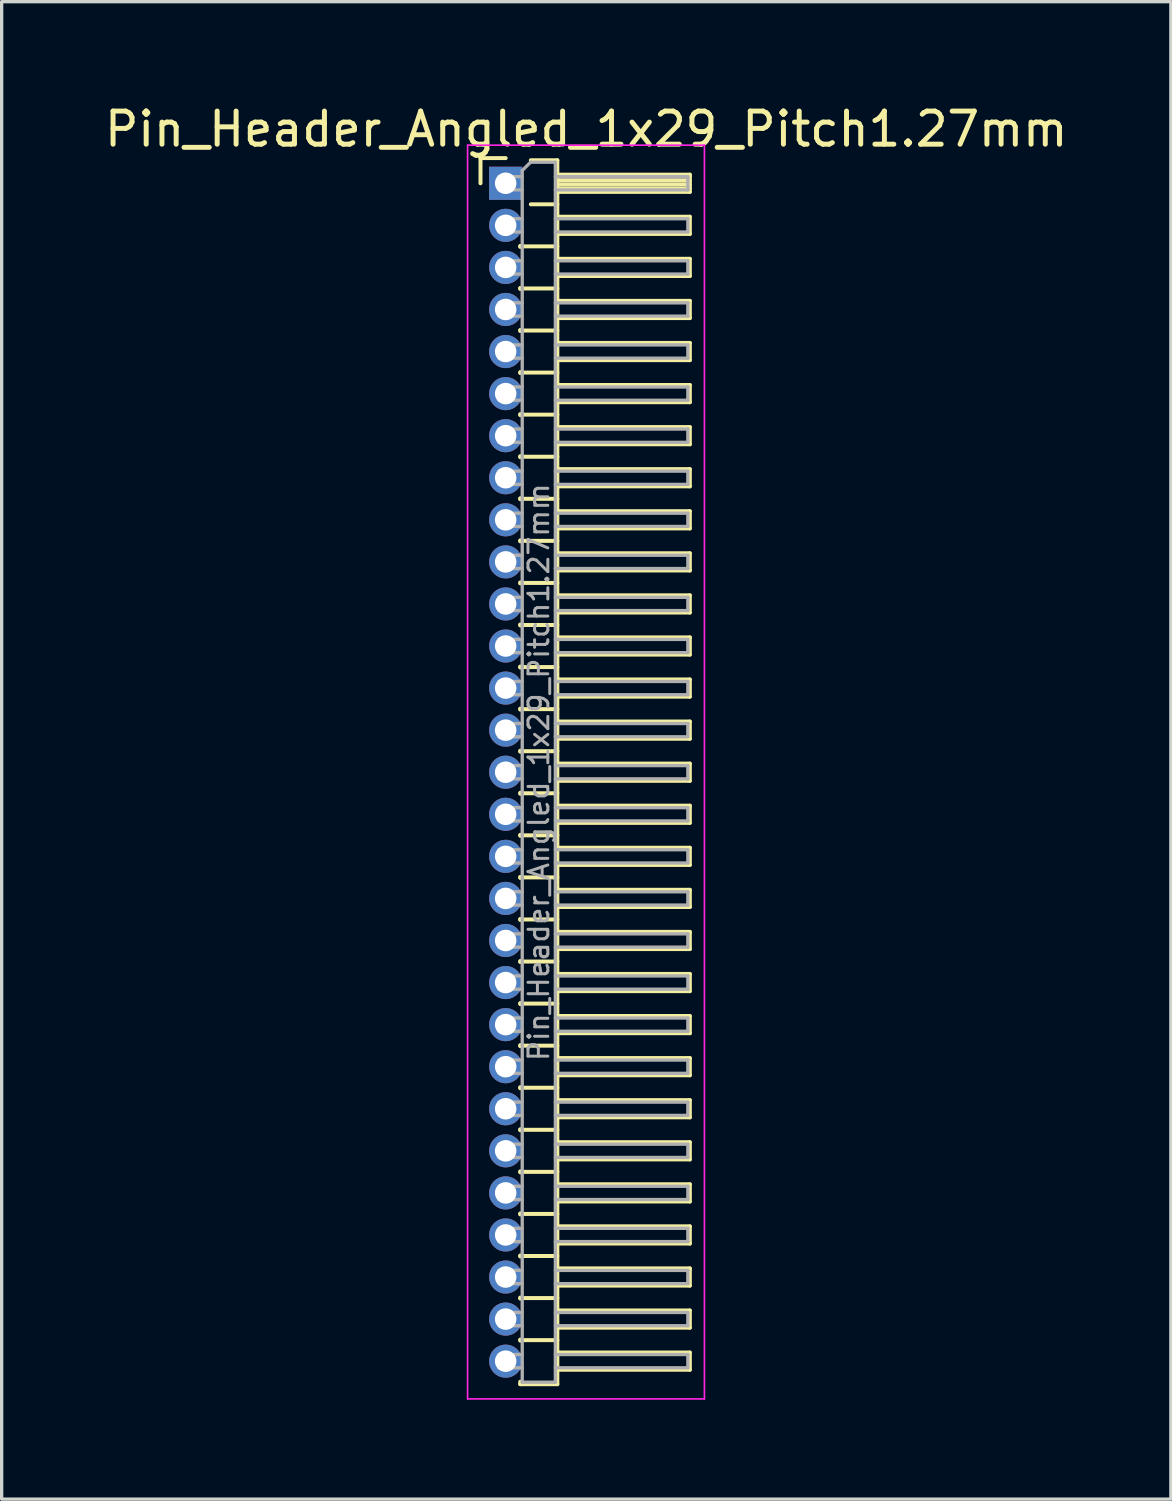
<source format=kicad_pcb>
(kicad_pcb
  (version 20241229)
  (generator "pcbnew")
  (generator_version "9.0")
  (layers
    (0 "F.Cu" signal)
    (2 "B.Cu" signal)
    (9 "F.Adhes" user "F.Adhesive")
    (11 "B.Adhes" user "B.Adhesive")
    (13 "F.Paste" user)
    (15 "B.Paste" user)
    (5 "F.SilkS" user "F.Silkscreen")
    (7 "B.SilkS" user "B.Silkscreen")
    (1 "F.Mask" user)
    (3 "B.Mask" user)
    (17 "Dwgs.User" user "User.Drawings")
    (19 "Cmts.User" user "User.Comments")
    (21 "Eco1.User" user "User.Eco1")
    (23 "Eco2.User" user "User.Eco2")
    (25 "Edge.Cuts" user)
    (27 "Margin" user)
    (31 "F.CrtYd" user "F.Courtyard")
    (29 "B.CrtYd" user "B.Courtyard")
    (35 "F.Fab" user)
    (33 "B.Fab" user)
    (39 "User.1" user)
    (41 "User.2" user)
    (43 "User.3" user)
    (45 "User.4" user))
  (footprint "Pin_Header_Angled_1x29_Pitch1.27mm"
    (layer "F.Cu")
    (at 12.216 2.483)
    (property "Reference" "Pin_Header_Angled_1x29_Pitch1.27mm" (at 2.433 -1.635 0) (layer "F.SilkS") (effects (font (size 1 1) (thickness 0.15))))
    (attr through_hole)
    (fp_line (start -0.76 -0.76) (end 0 -0.76) (stroke (width 0.12) (type solid)) (layer "F.SilkS"))
    (fp_line (start -0.76 0) (end -0.76 -0.76) (stroke (width 0.12) (type solid)) (layer "F.SilkS"))
    (fp_line (start 0.44 1.89) (end 0.44 1.92) (stroke (width 0.12) (type solid)) (layer "F.SilkS"))
    (fp_line (start 0.44 1.905) (end 1.56 1.905) (stroke (width 0.12) (type solid)) (layer "F.SilkS"))
    (fp_line (start 0.44 3.16) (end 0.44 3.19) (stroke (width 0.12) (type solid)) (layer "F.SilkS"))
    (fp_line (start 0.44 3.175) (end 1.56 3.175) (stroke (width 0.12) (type solid)) (layer "F.SilkS"))
    (fp_line (start 0.44 4.43) (end 0.44 4.46) (stroke (width 0.12) (type solid)) (layer "F.SilkS"))
    (fp_line (start 0.44 4.445) (end 1.56 4.445) (stroke (width 0.12) (type solid)) (layer "F.SilkS"))
    (fp_line (start 0.44 5.7) (end 0.44 5.73) (stroke (width 0.12) (type solid)) (layer "F.SilkS"))
    (fp_line (start 0.44 5.715) (end 1.56 5.715) (stroke (width 0.12) (type solid)) (layer "F.SilkS"))
    (fp_line (start 0.44 6.97) (end 0.44 7) (stroke (width 0.12) (type solid)) (layer "F.SilkS"))
    (fp_line (start 0.44 6.985) (end 1.56 6.985) (stroke (width 0.12) (type solid)) (layer "F.SilkS"))
    (fp_line (start 0.44 8.24) (end 0.44 8.27) (stroke (width 0.12) (type solid)) (layer "F.SilkS"))
    (fp_line (start 0.44 8.255) (end 1.56 8.255) (stroke (width 0.12) (type solid)) (layer "F.SilkS"))
    (fp_line (start 0.44 9.51) (end 0.44 9.54) (stroke (width 0.12) (type solid)) (layer "F.SilkS"))
    (fp_line (start 0.44 9.525) (end 1.56 9.525) (stroke (width 0.12) (type solid)) (layer "F.SilkS"))
    (fp_line (start 0.44 10.78) (end 0.44 10.81) (stroke (width 0.12) (type solid)) (layer "F.SilkS"))
    (fp_line (start 0.44 10.795) (end 1.56 10.795) (stroke (width 0.12) (type solid)) (layer "F.SilkS"))
    (fp_line (start 0.44 12.05) (end 0.44 12.08) (stroke (width 0.12) (type solid)) (layer "F.SilkS"))
    (fp_line (start 0.44 12.065) (end 1.56 12.065) (stroke (width 0.12) (type solid)) (layer "F.SilkS"))
    (fp_line (start 0.44 13.32) (end 0.44 13.35) (stroke (width 0.12) (type solid)) (layer "F.SilkS"))
    (fp_line (start 0.44 13.335) (end 1.56 13.335) (stroke (width 0.12) (type solid)) (layer "F.SilkS"))
    (fp_line (start 0.44 14.59) (end 0.44 14.62) (stroke (width 0.12) (type solid)) (layer "F.SilkS"))
    (fp_line (start 0.44 14.605) (end 1.56 14.605) (stroke (width 0.12) (type solid)) (layer "F.SilkS"))
    (fp_line (start 0.44 15.86) (end 0.44 15.89) (stroke (width 0.12) (type solid)) (layer "F.SilkS"))
    (fp_line (start 0.44 15.875) (end 1.56 15.875) (stroke (width 0.12) (type solid)) (layer "F.SilkS"))
    (fp_line (start 0.44 17.13) (end 0.44 17.16) (stroke (width 0.12) (type solid)) (layer "F.SilkS"))
    (fp_line (start 0.44 17.145) (end 1.56 17.145) (stroke (width 0.12) (type solid)) (layer "F.SilkS"))
    (fp_line (start 0.44 18.4) (end 0.44 18.43) (stroke (width 0.12) (type solid)) (layer "F.SilkS"))
    (fp_line (start 0.44 18.415) (end 1.56 18.415) (stroke (width 0.12) (type solid)) (layer "F.SilkS"))
    (fp_line (start 0.44 19.67) (end 0.44 19.7) (stroke (width 0.12) (type solid)) (layer "F.SilkS"))
    (fp_line (start 0.44 19.685) (end 1.56 19.685) (stroke (width 0.12) (type solid)) (layer "F.SilkS"))
    (fp_line (start 0.44 20.94) (end 0.44 20.97) (stroke (width 0.12) (type solid)) (layer "F.SilkS"))
    (fp_line (start 0.44 20.955) (end 1.56 20.955) (stroke (width 0.12) (type solid)) (layer "F.SilkS"))
    (fp_line (start 0.44 22.21) (end 0.44 22.24) (stroke (width 0.12) (type solid)) (layer "F.SilkS"))
    (fp_line (start 0.44 22.225) (end 1.56 22.225) (stroke (width 0.12) (type solid)) (layer "F.SilkS"))
    (fp_line (start 0.44 23.48) (end 0.44 23.51) (stroke (width 0.12) (type solid)) (layer "F.SilkS"))
    (fp_line (start 0.44 23.495) (end 1.56 23.495) (stroke (width 0.12) (type solid)) (layer "F.SilkS"))
    (fp_line (start 0.44 24.75) (end 0.44 24.78) (stroke (width 0.12) (type solid)) (layer "F.SilkS"))
    (fp_line (start 0.44 24.765) (end 1.56 24.765) (stroke (width 0.12) (type solid)) (layer "F.SilkS"))
    (fp_line (start 0.44 26.02) (end 0.44 26.05) (stroke (width 0.12) (type solid)) (layer "F.SilkS"))
    (fp_line (start 0.44 26.035) (end 1.56 26.035) (stroke (width 0.12) (type solid)) (layer "F.SilkS"))
    (fp_line (start 0.44 27.29) (end 0.44 27.32) (stroke (width 0.12) (type solid)) (layer "F.SilkS"))
    (fp_line (start 0.44 27.305) (end 1.56 27.305) (stroke (width 0.12) (type solid)) (layer "F.SilkS"))
    (fp_line (start 0.44 28.56) (end 0.44 28.59) (stroke (width 0.12) (type solid)) (layer "F.SilkS"))
    (fp_line (start 0.44 28.575) (end 1.56 28.575) (stroke (width 0.12) (type solid)) (layer "F.SilkS"))
    (fp_line (start 0.44 29.83) (end 0.44 29.86) (stroke (width 0.12) (type solid)) (layer "F.SilkS"))
    (fp_line (start 0.44 29.845) (end 1.56 29.845) (stroke (width 0.12) (type solid)) (layer "F.SilkS"))
    (fp_line (start 0.44 31.1) (end 0.44 31.13) (stroke (width 0.12) (type solid)) (layer "F.SilkS"))
    (fp_line (start 0.44 31.115) (end 1.56 31.115) (stroke (width 0.12) (type solid)) (layer "F.SilkS"))
    (fp_line (start 0.44 32.37) (end 0.44 32.4) (stroke (width 0.12) (type solid)) (layer "F.SilkS"))
    (fp_line (start 0.44 32.385) (end 1.56 32.385) (stroke (width 0.12) (type solid)) (layer "F.SilkS"))
    (fp_line (start 0.44 33.64) (end 0.44 33.67) (stroke (width 0.12) (type solid)) (layer "F.SilkS"))
    (fp_line (start 0.44 33.655) (end 1.56 33.655) (stroke (width 0.12) (type solid)) (layer "F.SilkS"))
    (fp_line (start 0.44 34.91) (end 0.44 34.94) (stroke (width 0.12) (type solid)) (layer "F.SilkS"))
    (fp_line (start 0.44 34.925) (end 1.56 34.925) (stroke (width 0.12) (type solid)) (layer "F.SilkS"))
    (fp_line (start 0.44 36.255) (end 0.44 36.18) (stroke (width 0.12) (type solid)) (layer "F.SilkS"))
    (fp_line (start 0.76 -0.695) (end 1.56 -0.695) (stroke (width 0.12) (type solid)) (layer "F.SilkS"))
    (fp_line (start 0.76 0.635) (end 1.56 0.635) (stroke (width 0.12) (type solid)) (layer "F.SilkS"))
    (fp_line (start 1.56 -0.695) (end 1.56 36.255) (stroke (width 0.12) (type solid)) (layer "F.SilkS"))
    (fp_line (start 1.56 -0.26) (end 5.56 -0.26) (stroke (width 0.12) (type solid)) (layer "F.SilkS"))
    (fp_line (start 1.56 -0.2) (end 5.56 -0.2) (stroke (width 0.12) (type solid)) (layer "F.SilkS"))
    (fp_line (start 1.56 -0.08) (end 5.56 -0.08) (stroke (width 0.12) (type solid)) (layer "F.SilkS"))
    (fp_line (start 1.56 0.04) (end 5.56 0.04) (stroke (width 0.12) (type solid)) (layer "F.SilkS"))
    (fp_line (start 1.56 0.16) (end 5.56 0.16) (stroke (width 0.12) (type solid)) (layer "F.SilkS"))
    (fp_line (start 1.56 1.01) (end 5.56 1.01) (stroke (width 0.12) (type solid)) (layer "F.SilkS"))
    (fp_line (start 1.56 2.28) (end 5.56 2.28) (stroke (width 0.12) (type solid)) (layer "F.SilkS"))
    (fp_line (start 1.56 3.55) (end 5.56 3.55) (stroke (width 0.12) (type solid)) (layer "F.SilkS"))
    (fp_line (start 1.56 4.82) (end 5.56 4.82) (stroke (width 0.12) (type solid)) (layer "F.SilkS"))
    (fp_line (start 1.56 6.09) (end 5.56 6.09) (stroke (width 0.12) (type solid)) (layer "F.SilkS"))
    (fp_line (start 1.56 7.36) (end 5.56 7.36) (stroke (width 0.12) (type solid)) (layer "F.SilkS"))
    (fp_line (start 1.56 8.63) (end 5.56 8.63) (stroke (width 0.12) (type solid)) (layer "F.SilkS"))
    (fp_line (start 1.56 9.9) (end 5.56 9.9) (stroke (width 0.12) (type solid)) (layer "F.SilkS"))
    (fp_line (start 1.56 11.17) (end 5.56 11.17) (stroke (width 0.12) (type solid)) (layer "F.SilkS"))
    (fp_line (start 1.56 12.44) (end 5.56 12.44) (stroke (width 0.12) (type solid)) (layer "F.SilkS"))
    (fp_line (start 1.56 13.71) (end 5.56 13.71) (stroke (width 0.12) (type solid)) (layer "F.SilkS"))
    (fp_line (start 1.56 14.98) (end 5.56 14.98) (stroke (width 0.12) (type solid)) (layer "F.SilkS"))
    (fp_line (start 1.56 16.25) (end 5.56 16.25) (stroke (width 0.12) (type solid)) (layer "F.SilkS"))
    (fp_line (start 1.56 17.52) (end 5.56 17.52) (stroke (width 0.12) (type solid)) (layer "F.SilkS"))
    (fp_line (start 1.56 18.79) (end 5.56 18.79) (stroke (width 0.12) (type solid)) (layer "F.SilkS"))
    (fp_line (start 1.56 20.06) (end 5.56 20.06) (stroke (width 0.12) (type solid)) (layer "F.SilkS"))
    (fp_line (start 1.56 21.33) (end 5.56 21.33) (stroke (width 0.12) (type solid)) (layer "F.SilkS"))
    (fp_line (start 1.56 22.6) (end 5.56 22.6) (stroke (width 0.12) (type solid)) (layer "F.SilkS"))
    (fp_line (start 1.56 23.87) (end 5.56 23.87) (stroke (width 0.12) (type solid)) (layer "F.SilkS"))
    (fp_line (start 1.56 25.14) (end 5.56 25.14) (stroke (width 0.12) (type solid)) (layer "F.SilkS"))
    (fp_line (start 1.56 26.41) (end 5.56 26.41) (stroke (width 0.12) (type solid)) (layer "F.SilkS"))
    (fp_line (start 1.56 27.68) (end 5.56 27.68) (stroke (width 0.12) (type solid)) (layer "F.SilkS"))
    (fp_line (start 1.56 28.95) (end 5.56 28.95) (stroke (width 0.12) (type solid)) (layer "F.SilkS"))
    (fp_line (start 1.56 30.22) (end 5.56 30.22) (stroke (width 0.12) (type solid)) (layer "F.SilkS"))
    (fp_line (start 1.56 31.49) (end 5.56 31.49) (stroke (width 0.12) (type solid)) (layer "F.SilkS"))
    (fp_line (start 1.56 32.76) (end 5.56 32.76) (stroke (width 0.12) (type solid)) (layer "F.SilkS"))
    (fp_line (start 1.56 34.03) (end 5.56 34.03) (stroke (width 0.12) (type solid)) (layer "F.SilkS"))
    (fp_line (start 1.56 35.3) (end 5.56 35.3) (stroke (width 0.12) (type solid)) (layer "F.SilkS"))
    (fp_line (start 1.56 36.255) (end 0.44 36.255) (stroke (width 0.12) (type solid)) (layer "F.SilkS"))
    (fp_line (start 5.56 -0.26) (end 5.56 0.26) (stroke (width 0.12) (type solid)) (layer "F.SilkS"))
    (fp_line (start 5.56 0.26) (end 1.56 0.26) (stroke (width 0.12) (type solid)) (layer "F.SilkS"))
    (fp_line (start 5.56 1.01) (end 5.56 1.53) (stroke (width 0.12) (type solid)) (layer "F.SilkS"))
    (fp_line (start 5.56 1.53) (end 1.56 1.53) (stroke (width 0.12) (type solid)) (layer "F.SilkS"))
    (fp_line (start 5.56 2.28) (end 5.56 2.8) (stroke (width 0.12) (type solid)) (layer "F.SilkS"))
    (fp_line (start 5.56 2.8) (end 1.56 2.8) (stroke (width 0.12) (type solid)) (layer "F.SilkS"))
    (fp_line (start 5.56 3.55) (end 5.56 4.07) (stroke (width 0.12) (type solid)) (layer "F.SilkS"))
    (fp_line (start 5.56 4.07) (end 1.56 4.07) (stroke (width 0.12) (type solid)) (layer "F.SilkS"))
    (fp_line (start 5.56 4.82) (end 5.56 5.34) (stroke (width 0.12) (type solid)) (layer "F.SilkS"))
    (fp_line (start 5.56 5.34) (end 1.56 5.34) (stroke (width 0.12) (type solid)) (layer "F.SilkS"))
    (fp_line (start 5.56 6.09) (end 5.56 6.61) (stroke (width 0.12) (type solid)) (layer "F.SilkS"))
    (fp_line (start 5.56 6.61) (end 1.56 6.61) (stroke (width 0.12) (type solid)) (layer "F.SilkS"))
    (fp_line (start 5.56 7.36) (end 5.56 7.88) (stroke (width 0.12) (type solid)) (layer "F.SilkS"))
    (fp_line (start 5.56 7.88) (end 1.56 7.88) (stroke (width 0.12) (type solid)) (layer "F.SilkS"))
    (fp_line (start 5.56 8.63) (end 5.56 9.15) (stroke (width 0.12) (type solid)) (layer "F.SilkS"))
    (fp_line (start 5.56 9.15) (end 1.56 9.15) (stroke (width 0.12) (type solid)) (layer "F.SilkS"))
    (fp_line (start 5.56 9.9) (end 5.56 10.42) (stroke (width 0.12) (type solid)) (layer "F.SilkS"))
    (fp_line (start 5.56 10.42) (end 1.56 10.42) (stroke (width 0.12) (type solid)) (layer "F.SilkS"))
    (fp_line (start 5.56 11.17) (end 5.56 11.69) (stroke (width 0.12) (type solid)) (layer "F.SilkS"))
    (fp_line (start 5.56 11.69) (end 1.56 11.69) (stroke (width 0.12) (type solid)) (layer "F.SilkS"))
    (fp_line (start 5.56 12.44) (end 5.56 12.96) (stroke (width 0.12) (type solid)) (layer "F.SilkS"))
    (fp_line (start 5.56 12.96) (end 1.56 12.96) (stroke (width 0.12) (type solid)) (layer "F.SilkS"))
    (fp_line (start 5.56 13.71) (end 5.56 14.23) (stroke (width 0.12) (type solid)) (layer "F.SilkS"))
    (fp_line (start 5.56 14.23) (end 1.56 14.23) (stroke (width 0.12) (type solid)) (layer "F.SilkS"))
    (fp_line (start 5.56 14.98) (end 5.56 15.5) (stroke (width 0.12) (type solid)) (layer "F.SilkS"))
    (fp_line (start 5.56 15.5) (end 1.56 15.5) (stroke (width 0.12) (type solid)) (layer "F.SilkS"))
    (fp_line (start 5.56 16.25) (end 5.56 16.77) (stroke (width 0.12) (type solid)) (layer "F.SilkS"))
    (fp_line (start 5.56 16.77) (end 1.56 16.77) (stroke (width 0.12) (type solid)) (layer "F.SilkS"))
    (fp_line (start 5.56 17.52) (end 5.56 18.04) (stroke (width 0.12) (type solid)) (layer "F.SilkS"))
    (fp_line (start 5.56 18.04) (end 1.56 18.04) (stroke (width 0.12) (type solid)) (layer "F.SilkS"))
    (fp_line (start 5.56 18.79) (end 5.56 19.31) (stroke (width 0.12) (type solid)) (layer "F.SilkS"))
    (fp_line (start 5.56 19.31) (end 1.56 19.31) (stroke (width 0.12) (type solid)) (layer "F.SilkS"))
    (fp_line (start 5.56 20.06) (end 5.56 20.58) (stroke (width 0.12) (type solid)) (layer "F.SilkS"))
    (fp_line (start 5.56 20.58) (end 1.56 20.58) (stroke (width 0.12) (type solid)) (layer "F.SilkS"))
    (fp_line (start 5.56 21.33) (end 5.56 21.85) (stroke (width 0.12) (type solid)) (layer "F.SilkS"))
    (fp_line (start 5.56 21.85) (end 1.56 21.85) (stroke (width 0.12) (type solid)) (layer "F.SilkS"))
    (fp_line (start 5.56 22.6) (end 5.56 23.12) (stroke (width 0.12) (type solid)) (layer "F.SilkS"))
    (fp_line (start 5.56 23.12) (end 1.56 23.12) (stroke (width 0.12) (type solid)) (layer "F.SilkS"))
    (fp_line (start 5.56 23.87) (end 5.56 24.39) (stroke (width 0.12) (type solid)) (layer "F.SilkS"))
    (fp_line (start 5.56 24.39) (end 1.56 24.39) (stroke (width 0.12) (type solid)) (layer "F.SilkS"))
    (fp_line (start 5.56 25.14) (end 5.56 25.66) (stroke (width 0.12) (type solid)) (layer "F.SilkS"))
    (fp_line (start 5.56 25.66) (end 1.56 25.66) (stroke (width 0.12) (type solid)) (layer "F.SilkS"))
    (fp_line (start 5.56 26.41) (end 5.56 26.93) (stroke (width 0.12) (type solid)) (layer "F.SilkS"))
    (fp_line (start 5.56 26.93) (end 1.56 26.93) (stroke (width 0.12) (type solid)) (layer "F.SilkS"))
    (fp_line (start 5.56 27.68) (end 5.56 28.2) (stroke (width 0.12) (type solid)) (layer "F.SilkS"))
    (fp_line (start 5.56 28.2) (end 1.56 28.2) (stroke (width 0.12) (type solid)) (layer "F.SilkS"))
    (fp_line (start 5.56 28.95) (end 5.56 29.47) (stroke (width 0.12) (type solid)) (layer "F.SilkS"))
    (fp_line (start 5.56 29.47) (end 1.56 29.47) (stroke (width 0.12) (type solid)) (layer "F.SilkS"))
    (fp_line (start 5.56 30.22) (end 5.56 30.74) (stroke (width 0.12) (type solid)) (layer "F.SilkS"))
    (fp_line (start 5.56 30.74) (end 1.56 30.74) (stroke (width 0.12) (type solid)) (layer "F.SilkS"))
    (fp_line (start 5.56 31.49) (end 5.56 32.01) (stroke (width 0.12) (type solid)) (layer "F.SilkS"))
    (fp_line (start 5.56 32.01) (end 1.56 32.01) (stroke (width 0.12) (type solid)) (layer "F.SilkS"))
    (fp_line (start 5.56 32.76) (end 5.56 33.28) (stroke (width 0.12) (type solid)) (layer "F.SilkS"))
    (fp_line (start 5.56 33.28) (end 1.56 33.28) (stroke (width 0.12) (type solid)) (layer "F.SilkS"))
    (fp_line (start 5.56 34.03) (end 5.56 34.55) (stroke (width 0.12) (type solid)) (layer "F.SilkS"))
    (fp_line (start 5.56 34.55) (end 1.56 34.55) (stroke (width 0.12) (type solid)) (layer "F.SilkS"))
    (fp_line (start 5.56 35.3) (end 5.56 35.82) (stroke (width 0.12) (type solid)) (layer "F.SilkS"))
    (fp_line (start 5.56 35.82) (end 1.56 35.82) (stroke (width 0.12) (type solid)) (layer "F.SilkS"))
    (fp_line (start -1.15 -1.15) (end -1.15 36.7) (stroke (width 0.05) (type solid)) (layer "F.CrtYd"))
    (fp_line (start -1.15 36.7) (end 6 36.7) (stroke (width 0.05) (type solid)) (layer "F.CrtYd"))
    (fp_line (start 6 -1.15) (end -1.15 -1.15) (stroke (width 0.05) (type solid)) (layer "F.CrtYd"))
    (fp_line (start 6 36.7) (end 6 -1.15) (stroke (width 0.05) (type solid)) (layer "F.CrtYd"))
    (fp_line (start -0.2 -0.2) (end -0.2 0.2) (stroke (width 0.1) (type solid)) (layer "F.Fab"))
    (fp_line (start -0.2 -0.2) (end 0.5 -0.2) (stroke (width 0.1) (type solid)) (layer "F.Fab"))
    (fp_line (start -0.2 0.2) (end 0.5 0.2) (stroke (width 0.1) (type solid)) (layer "F.Fab"))
    (fp_line (start -0.2 1.07) (end -0.2 1.47) (stroke (width 0.1) (type solid)) (layer "F.Fab"))
    (fp_line (start -0.2 1.07) (end 0.5 1.07) (stroke (width 0.1) (type solid)) (layer "F.Fab"))
    (fp_line (start -0.2 1.47) (end 0.5 1.47) (stroke (width 0.1) (type solid)) (layer "F.Fab"))
    (fp_line (start -0.2 2.34) (end -0.2 2.74) (stroke (width 0.1) (type solid)) (layer "F.Fab"))
    (fp_line (start -0.2 2.34) (end 0.5 2.34) (stroke (width 0.1) (type solid)) (layer "F.Fab"))
    (fp_line (start -0.2 2.74) (end 0.5 2.74) (stroke (width 0.1) (type solid)) (layer "F.Fab"))
    (fp_line (start -0.2 3.61) (end -0.2 4.01) (stroke (width 0.1) (type solid)) (layer "F.Fab"))
    (fp_line (start -0.2 3.61) (end 0.5 3.61) (stroke (width 0.1) (type solid)) (layer "F.Fab"))
    (fp_line (start -0.2 4.01) (end 0.5 4.01) (stroke (width 0.1) (type solid)) (layer "F.Fab"))
    (fp_line (start -0.2 4.88) (end -0.2 5.28) (stroke (width 0.1) (type solid)) (layer "F.Fab"))
    (fp_line (start -0.2 4.88) (end 0.5 4.88) (stroke (width 0.1) (type solid)) (layer "F.Fab"))
    (fp_line (start -0.2 5.28) (end 0.5 5.28) (stroke (width 0.1) (type solid)) (layer "F.Fab"))
    (fp_line (start -0.2 6.15) (end -0.2 6.55) (stroke (width 0.1) (type solid)) (layer "F.Fab"))
    (fp_line (start -0.2 6.15) (end 0.5 6.15) (stroke (width 0.1) (type solid)) (layer "F.Fab"))
    (fp_line (start -0.2 6.55) (end 0.5 6.55) (stroke (width 0.1) (type solid)) (layer "F.Fab"))
    (fp_line (start -0.2 7.42) (end -0.2 7.82) (stroke (width 0.1) (type solid)) (layer "F.Fab"))
    (fp_line (start -0.2 7.42) (end 0.5 7.42) (stroke (width 0.1) (type solid)) (layer "F.Fab"))
    (fp_line (start -0.2 7.82) (end 0.5 7.82) (stroke (width 0.1) (type solid)) (layer "F.Fab"))
    (fp_line (start -0.2 8.69) (end -0.2 9.09) (stroke (width 0.1) (type solid)) (layer "F.Fab"))
    (fp_line (start -0.2 8.69) (end 0.5 8.69) (stroke (width 0.1) (type solid)) (layer "F.Fab"))
    (fp_line (start -0.2 9.09) (end 0.5 9.09) (stroke (width 0.1) (type solid)) (layer "F.Fab"))
    (fp_line (start -0.2 9.96) (end -0.2 10.36) (stroke (width 0.1) (type solid)) (layer "F.Fab"))
    (fp_line (start -0.2 9.96) (end 0.5 9.96) (stroke (width 0.1) (type solid)) (layer "F.Fab"))
    (fp_line (start -0.2 10.36) (end 0.5 10.36) (stroke (width 0.1) (type solid)) (layer "F.Fab"))
    (fp_line (start -0.2 11.23) (end -0.2 11.63) (stroke (width 0.1) (type solid)) (layer "F.Fab"))
    (fp_line (start -0.2 11.23) (end 0.5 11.23) (stroke (width 0.1) (type solid)) (layer "F.Fab"))
    (fp_line (start -0.2 11.63) (end 0.5 11.63) (stroke (width 0.1) (type solid)) (layer "F.Fab"))
    (fp_line (start -0.2 12.5) (end -0.2 12.9) (stroke (width 0.1) (type solid)) (layer "F.Fab"))
    (fp_line (start -0.2 12.5) (end 0.5 12.5) (stroke (width 0.1) (type solid)) (layer "F.Fab"))
    (fp_line (start -0.2 12.9) (end 0.5 12.9) (stroke (width 0.1) (type solid)) (layer "F.Fab"))
    (fp_line (start -0.2 13.77) (end -0.2 14.17) (stroke (width 0.1) (type solid)) (layer "F.Fab"))
    (fp_line (start -0.2 13.77) (end 0.5 13.77) (stroke (width 0.1) (type solid)) (layer "F.Fab"))
    (fp_line (start -0.2 14.17) (end 0.5 14.17) (stroke (width 0.1) (type solid)) (layer "F.Fab"))
    (fp_line (start -0.2 15.04) (end -0.2 15.44) (stroke (width 0.1) (type solid)) (layer "F.Fab"))
    (fp_line (start -0.2 15.04) (end 0.5 15.04) (stroke (width 0.1) (type solid)) (layer "F.Fab"))
    (fp_line (start -0.2 15.44) (end 0.5 15.44) (stroke (width 0.1) (type solid)) (layer "F.Fab"))
    (fp_line (start -0.2 16.31) (end -0.2 16.71) (stroke (width 0.1) (type solid)) (layer "F.Fab"))
    (fp_line (start -0.2 16.31) (end 0.5 16.31) (stroke (width 0.1) (type solid)) (layer "F.Fab"))
    (fp_line (start -0.2 16.71) (end 0.5 16.71) (stroke (width 0.1) (type solid)) (layer "F.Fab"))
    (fp_line (start -0.2 17.58) (end -0.2 17.98) (stroke (width 0.1) (type solid)) (layer "F.Fab"))
    (fp_line (start -0.2 17.58) (end 0.5 17.58) (stroke (width 0.1) (type solid)) (layer "F.Fab"))
    (fp_line (start -0.2 17.98) (end 0.5 17.98) (stroke (width 0.1) (type solid)) (layer "F.Fab"))
    (fp_line (start -0.2 18.85) (end -0.2 19.25) (stroke (width 0.1) (type solid)) (layer "F.Fab"))
    (fp_line (start -0.2 18.85) (end 0.5 18.85) (stroke (width 0.1) (type solid)) (layer "F.Fab"))
    (fp_line (start -0.2 19.25) (end 0.5 19.25) (stroke (width 0.1) (type solid)) (layer "F.Fab"))
    (fp_line (start -0.2 20.12) (end -0.2 20.52) (stroke (width 0.1) (type solid)) (layer "F.Fab"))
    (fp_line (start -0.2 20.12) (end 0.5 20.12) (stroke (width 0.1) (type solid)) (layer "F.Fab"))
    (fp_line (start -0.2 20.52) (end 0.5 20.52) (stroke (width 0.1) (type solid)) (layer "F.Fab"))
    (fp_line (start -0.2 21.39) (end -0.2 21.79) (stroke (width 0.1) (type solid)) (layer "F.Fab"))
    (fp_line (start -0.2 21.39) (end 0.5 21.39) (stroke (width 0.1) (type solid)) (layer "F.Fab"))
    (fp_line (start -0.2 21.79) (end 0.5 21.79) (stroke (width 0.1) (type solid)) (layer "F.Fab"))
    (fp_line (start -0.2 22.66) (end -0.2 23.06) (stroke (width 0.1) (type solid)) (layer "F.Fab"))
    (fp_line (start -0.2 22.66) (end 0.5 22.66) (stroke (width 0.1) (type solid)) (layer "F.Fab"))
    (fp_line (start -0.2 23.06) (end 0.5 23.06) (stroke (width 0.1) (type solid)) (layer "F.Fab"))
    (fp_line (start -0.2 23.93) (end -0.2 24.33) (stroke (width 0.1) (type solid)) (layer "F.Fab"))
    (fp_line (start -0.2 23.93) (end 0.5 23.93) (stroke (width 0.1) (type solid)) (layer "F.Fab"))
    (fp_line (start -0.2 24.33) (end 0.5 24.33) (stroke (width 0.1) (type solid)) (layer "F.Fab"))
    (fp_line (start -0.2 25.2) (end -0.2 25.6) (stroke (width 0.1) (type solid)) (layer "F.Fab"))
    (fp_line (start -0.2 25.2) (end 0.5 25.2) (stroke (width 0.1) (type solid)) (layer "F.Fab"))
    (fp_line (start -0.2 25.6) (end 0.5 25.6) (stroke (width 0.1) (type solid)) (layer "F.Fab"))
    (fp_line (start -0.2 26.47) (end -0.2 26.87) (stroke (width 0.1) (type solid)) (layer "F.Fab"))
    (fp_line (start -0.2 26.47) (end 0.5 26.47) (stroke (width 0.1) (type solid)) (layer "F.Fab"))
    (fp_line (start -0.2 26.87) (end 0.5 26.87) (stroke (width 0.1) (type solid)) (layer "F.Fab"))
    (fp_line (start -0.2 27.74) (end -0.2 28.14) (stroke (width 0.1) (type solid)) (layer "F.Fab"))
    (fp_line (start -0.2 27.74) (end 0.5 27.74) (stroke (width 0.1) (type solid)) (layer "F.Fab"))
    (fp_line (start -0.2 28.14) (end 0.5 28.14) (stroke (width 0.1) (type solid)) (layer "F.Fab"))
    (fp_line (start -0.2 29.01) (end -0.2 29.41) (stroke (width 0.1) (type solid)) (layer "F.Fab"))
    (fp_line (start -0.2 29.01) (end 0.5 29.01) (stroke (width 0.1) (type solid)) (layer "F.Fab"))
    (fp_line (start -0.2 29.41) (end 0.5 29.41) (stroke (width 0.1) (type solid)) (layer "F.Fab"))
    (fp_line (start -0.2 30.28) (end -0.2 30.68) (stroke (width 0.1) (type solid)) (layer "F.Fab"))
    (fp_line (start -0.2 30.28) (end 0.5 30.28) (stroke (width 0.1) (type solid)) (layer "F.Fab"))
    (fp_line (start -0.2 30.68) (end 0.5 30.68) (stroke (width 0.1) (type solid)) (layer "F.Fab"))
    (fp_line (start -0.2 31.55) (end -0.2 31.95) (stroke (width 0.1) (type solid)) (layer "F.Fab"))
    (fp_line (start -0.2 31.55) (end 0.5 31.55) (stroke (width 0.1) (type solid)) (layer "F.Fab"))
    (fp_line (start -0.2 31.95) (end 0.5 31.95) (stroke (width 0.1) (type solid)) (layer "F.Fab"))
    (fp_line (start -0.2 32.82) (end -0.2 33.22) (stroke (width 0.1) (type solid)) (layer "F.Fab"))
    (fp_line (start -0.2 32.82) (end 0.5 32.82) (stroke (width 0.1) (type solid)) (layer "F.Fab"))
    (fp_line (start -0.2 33.22) (end 0.5 33.22) (stroke (width 0.1) (type solid)) (layer "F.Fab"))
    (fp_line (start -0.2 34.09) (end -0.2 34.49) (stroke (width 0.1) (type solid)) (layer "F.Fab"))
    (fp_line (start -0.2 34.09) (end 0.5 34.09) (stroke (width 0.1) (type solid)) (layer "F.Fab"))
    (fp_line (start -0.2 34.49) (end 0.5 34.49) (stroke (width 0.1) (type solid)) (layer "F.Fab"))
    (fp_line (start -0.2 35.36) (end -0.2 35.76) (stroke (width 0.1) (type solid)) (layer "F.Fab"))
    (fp_line (start -0.2 35.36) (end 0.5 35.36) (stroke (width 0.1) (type solid)) (layer "F.Fab"))
    (fp_line (start -0.2 35.76) (end 0.5 35.76) (stroke (width 0.1) (type solid)) (layer "F.Fab"))
    (fp_line (start 0.5 -0.385) (end 0.75 -0.635) (stroke (width 0.1) (type solid)) (layer "F.Fab"))
    (fp_line (start 0.5 36.195) (end 0.5 -0.385) (stroke (width 0.1) (type solid)) (layer "F.Fab"))
    (fp_line (start 0.75 -0.635) (end 1.5 -0.635) (stroke (width 0.1) (type solid)) (layer "F.Fab"))
    (fp_line (start 1.5 -0.635) (end 1.5 36.195) (stroke (width 0.1) (type solid)) (layer "F.Fab"))
    (fp_line (start 1.5 -0.2) (end 5.5 -0.2) (stroke (width 0.1) (type solid)) (layer "F.Fab"))
    (fp_line (start 1.5 0.2) (end 5.5 0.2) (stroke (width 0.1) (type solid)) (layer "F.Fab"))
    (fp_line (start 1.5 1.07) (end 5.5 1.07) (stroke (width 0.1) (type solid)) (layer "F.Fab"))
    (fp_line (start 1.5 1.47) (end 5.5 1.47) (stroke (width 0.1) (type solid)) (layer "F.Fab"))
    (fp_line (start 1.5 2.34) (end 5.5 2.34) (stroke (width 0.1) (type solid)) (layer "F.Fab"))
    (fp_line (start 1.5 2.74) (end 5.5 2.74) (stroke (width 0.1) (type solid)) (layer "F.Fab"))
    (fp_line (start 1.5 3.61) (end 5.5 3.61) (stroke (width 0.1) (type solid)) (layer "F.Fab"))
    (fp_line (start 1.5 4.01) (end 5.5 4.01) (stroke (width 0.1) (type solid)) (layer "F.Fab"))
    (fp_line (start 1.5 4.88) (end 5.5 4.88) (stroke (width 0.1) (type solid)) (layer "F.Fab"))
    (fp_line (start 1.5 5.28) (end 5.5 5.28) (stroke (width 0.1) (type solid)) (layer "F.Fab"))
    (fp_line (start 1.5 6.15) (end 5.5 6.15) (stroke (width 0.1) (type solid)) (layer "F.Fab"))
    (fp_line (start 1.5 6.55) (end 5.5 6.55) (stroke (width 0.1) (type solid)) (layer "F.Fab"))
    (fp_line (start 1.5 7.42) (end 5.5 7.42) (stroke (width 0.1) (type solid)) (layer "F.Fab"))
    (fp_line (start 1.5 7.82) (end 5.5 7.82) (stroke (width 0.1) (type solid)) (layer "F.Fab"))
    (fp_line (start 1.5 8.69) (end 5.5 8.69) (stroke (width 0.1) (type solid)) (layer "F.Fab"))
    (fp_line (start 1.5 9.09) (end 5.5 9.09) (stroke (width 0.1) (type solid)) (layer "F.Fab"))
    (fp_line (start 1.5 9.96) (end 5.5 9.96) (stroke (width 0.1) (type solid)) (layer "F.Fab"))
    (fp_line (start 1.5 10.36) (end 5.5 10.36) (stroke (width 0.1) (type solid)) (layer "F.Fab"))
    (fp_line (start 1.5 11.23) (end 5.5 11.23) (stroke (width 0.1) (type solid)) (layer "F.Fab"))
    (fp_line (start 1.5 11.63) (end 5.5 11.63) (stroke (width 0.1) (type solid)) (layer "F.Fab"))
    (fp_line (start 1.5 12.5) (end 5.5 12.5) (stroke (width 0.1) (type solid)) (layer "F.Fab"))
    (fp_line (start 1.5 12.9) (end 5.5 12.9) (stroke (width 0.1) (type solid)) (layer "F.Fab"))
    (fp_line (start 1.5 13.77) (end 5.5 13.77) (stroke (width 0.1) (type solid)) (layer "F.Fab"))
    (fp_line (start 1.5 14.17) (end 5.5 14.17) (stroke (width 0.1) (type solid)) (layer "F.Fab"))
    (fp_line (start 1.5 15.04) (end 5.5 15.04) (stroke (width 0.1) (type solid)) (layer "F.Fab"))
    (fp_line (start 1.5 15.44) (end 5.5 15.44) (stroke (width 0.1) (type solid)) (layer "F.Fab"))
    (fp_line (start 1.5 16.31) (end 5.5 16.31) (stroke (width 0.1) (type solid)) (layer "F.Fab"))
    (fp_line (start 1.5 16.71) (end 5.5 16.71) (stroke (width 0.1) (type solid)) (layer "F.Fab"))
    (fp_line (start 1.5 17.58) (end 5.5 17.58) (stroke (width 0.1) (type solid)) (layer "F.Fab"))
    (fp_line (start 1.5 17.98) (end 5.5 17.98) (stroke (width 0.1) (type solid)) (layer "F.Fab"))
    (fp_line (start 1.5 18.85) (end 5.5 18.85) (stroke (width 0.1) (type solid)) (layer "F.Fab"))
    (fp_line (start 1.5 19.25) (end 5.5 19.25) (stroke (width 0.1) (type solid)) (layer "F.Fab"))
    (fp_line (start 1.5 20.12) (end 5.5 20.12) (stroke (width 0.1) (type solid)) (layer "F.Fab"))
    (fp_line (start 1.5 20.52) (end 5.5 20.52) (stroke (width 0.1) (type solid)) (layer "F.Fab"))
    (fp_line (start 1.5 21.39) (end 5.5 21.39) (stroke (width 0.1) (type solid)) (layer "F.Fab"))
    (fp_line (start 1.5 21.79) (end 5.5 21.79) (stroke (width 0.1) (type solid)) (layer "F.Fab"))
    (fp_line (start 1.5 22.66) (end 5.5 22.66) (stroke (width 0.1) (type solid)) (layer "F.Fab"))
    (fp_line (start 1.5 23.06) (end 5.5 23.06) (stroke (width 0.1) (type solid)) (layer "F.Fab"))
    (fp_line (start 1.5 23.93) (end 5.5 23.93) (stroke (width 0.1) (type solid)) (layer "F.Fab"))
    (fp_line (start 1.5 24.33) (end 5.5 24.33) (stroke (width 0.1) (type solid)) (layer "F.Fab"))
    (fp_line (start 1.5 25.2) (end 5.5 25.2) (stroke (width 0.1) (type solid)) (layer "F.Fab"))
    (fp_line (start 1.5 25.6) (end 5.5 25.6) (stroke (width 0.1) (type solid)) (layer "F.Fab"))
    (fp_line (start 1.5 26.47) (end 5.5 26.47) (stroke (width 0.1) (type solid)) (layer "F.Fab"))
    (fp_line (start 1.5 26.87) (end 5.5 26.87) (stroke (width 0.1) (type solid)) (layer "F.Fab"))
    (fp_line (start 1.5 27.74) (end 5.5 27.74) (stroke (width 0.1) (type solid)) (layer "F.Fab"))
    (fp_line (start 1.5 28.14) (end 5.5 28.14) (stroke (width 0.1) (type solid)) (layer "F.Fab"))
    (fp_line (start 1.5 29.01) (end 5.5 29.01) (stroke (width 0.1) (type solid)) (layer "F.Fab"))
    (fp_line (start 1.5 29.41) (end 5.5 29.41) (stroke (width 0.1) (type solid)) (layer "F.Fab"))
    (fp_line (start 1.5 30.28) (end 5.5 30.28) (stroke (width 0.1) (type solid)) (layer "F.Fab"))
    (fp_line (start 1.5 30.68) (end 5.5 30.68) (stroke (width 0.1) (type solid)) (layer "F.Fab"))
    (fp_line (start 1.5 31.55) (end 5.5 31.55) (stroke (width 0.1) (type solid)) (layer "F.Fab"))
    (fp_line (start 1.5 31.95) (end 5.5 31.95) (stroke (width 0.1) (type solid)) (layer "F.Fab"))
    (fp_line (start 1.5 32.82) (end 5.5 32.82) (stroke (width 0.1) (type solid)) (layer "F.Fab"))
    (fp_line (start 1.5 33.22) (end 5.5 33.22) (stroke (width 0.1) (type solid)) (layer "F.Fab"))
    (fp_line (start 1.5 34.09) (end 5.5 34.09) (stroke (width 0.1) (type solid)) (layer "F.Fab"))
    (fp_line (start 1.5 34.49) (end 5.5 34.49) (stroke (width 0.1) (type solid)) (layer "F.Fab"))
    (fp_line (start 1.5 35.36) (end 5.5 35.36) (stroke (width 0.1) (type solid)) (layer "F.Fab"))
    (fp_line (start 1.5 35.76) (end 5.5 35.76) (stroke (width 0.1) (type solid)) (layer "F.Fab"))
    (fp_line (start 1.5 36.195) (end 0.5 36.195) (stroke (width 0.1) (type solid)) (layer "F.Fab"))
    (fp_line (start 5.5 -0.2) (end 5.5 0.2) (stroke (width 0.1) (type solid)) (layer "F.Fab"))
    (fp_line (start 5.5 1.07) (end 5.5 1.47) (stroke (width 0.1) (type solid)) (layer "F.Fab"))
    (fp_line (start 5.5 2.34) (end 5.5 2.74) (stroke (width 0.1) (type solid)) (layer "F.Fab"))
    (fp_line (start 5.5 3.61) (end 5.5 4.01) (stroke (width 0.1) (type solid)) (layer "F.Fab"))
    (fp_line (start 5.5 4.88) (end 5.5 5.28) (stroke (width 0.1) (type solid)) (layer "F.Fab"))
    (fp_line (start 5.5 6.15) (end 5.5 6.55) (stroke (width 0.1) (type solid)) (layer "F.Fab"))
    (fp_line (start 5.5 7.42) (end 5.5 7.82) (stroke (width 0.1) (type solid)) (layer "F.Fab"))
    (fp_line (start 5.5 8.69) (end 5.5 9.09) (stroke (width 0.1) (type solid)) (layer "F.Fab"))
    (fp_line (start 5.5 9.96) (end 5.5 10.36) (stroke (width 0.1) (type solid)) (layer "F.Fab"))
    (fp_line (start 5.5 11.23) (end 5.5 11.63) (stroke (width 0.1) (type solid)) (layer "F.Fab"))
    (fp_line (start 5.5 12.5) (end 5.5 12.9) (stroke (width 0.1) (type solid)) (layer "F.Fab"))
    (fp_line (start 5.5 13.77) (end 5.5 14.17) (stroke (width 0.1) (type solid)) (layer "F.Fab"))
    (fp_line (start 5.5 15.04) (end 5.5 15.44) (stroke (width 0.1) (type solid)) (layer "F.Fab"))
    (fp_line (start 5.5 16.31) (end 5.5 16.71) (stroke (width 0.1) (type solid)) (layer "F.Fab"))
    (fp_line (start 5.5 17.58) (end 5.5 17.98) (stroke (width 0.1) (type solid)) (layer "F.Fab"))
    (fp_line (start 5.5 18.85) (end 5.5 19.25) (stroke (width 0.1) (type solid)) (layer "F.Fab"))
    (fp_line (start 5.5 20.12) (end 5.5 20.52) (stroke (width 0.1) (type solid)) (layer "F.Fab"))
    (fp_line (start 5.5 21.39) (end 5.5 21.79) (stroke (width 0.1) (type solid)) (layer "F.Fab"))
    (fp_line (start 5.5 22.66) (end 5.5 23.06) (stroke (width 0.1) (type solid)) (layer "F.Fab"))
    (fp_line (start 5.5 23.93) (end 5.5 24.33) (stroke (width 0.1) (type solid)) (layer "F.Fab"))
    (fp_line (start 5.5 25.2) (end 5.5 25.6) (stroke (width 0.1) (type solid)) (layer "F.Fab"))
    (fp_line (start 5.5 26.47) (end 5.5 26.87) (stroke (width 0.1) (type solid)) (layer "F.Fab"))
    (fp_line (start 5.5 27.74) (end 5.5 28.14) (stroke (width 0.1) (type solid)) (layer "F.Fab"))
    (fp_line (start 5.5 29.01) (end 5.5 29.41) (stroke (width 0.1) (type solid)) (layer "F.Fab"))
    (fp_line (start 5.5 30.28) (end 5.5 30.68) (stroke (width 0.1) (type solid)) (layer "F.Fab"))
    (fp_line (start 5.5 31.55) (end 5.5 31.95) (stroke (width 0.1) (type solid)) (layer "F.Fab"))
    (fp_line (start 5.5 32.82) (end 5.5 33.22) (stroke (width 0.1) (type solid)) (layer "F.Fab"))
    (fp_line (start 5.5 34.09) (end 5.5 34.49) (stroke (width 0.1) (type solid)) (layer "F.Fab"))
    (fp_line (start 5.5 35.36) (end 5.5 35.76) (stroke (width 0.1) (type solid)) (layer "F.Fab"))
    (fp_text user "${REFERENCE}" (at 1 17.78 90) (layer "F.Fab") (effects (font (size 0.6 0.6) (thickness 0.09))))
    (pad "1" thru_hole rect (at 0 0) (size 1 1) (drill 0.65) (layers "*.Cu" "*.Mask"))
    (pad "2" thru_hole oval (at 0 1.27) (size 1 1) (drill 0.65) (layers "*.Cu" "*.Mask"))
    (pad "3" thru_hole oval (at 0 2.54) (size 1 1) (drill 0.65) (layers "*.Cu" "*.Mask"))
    (pad "4" thru_hole oval (at 0 3.81) (size 1 1) (drill 0.65) (layers "*.Cu" "*.Mask"))
    (pad "5" thru_hole oval (at 0 5.08) (size 1 1) (drill 0.65) (layers "*.Cu" "*.Mask"))
    (pad "6" thru_hole oval (at 0 6.35) (size 1 1) (drill 0.65) (layers "*.Cu" "*.Mask"))
    (pad "7" thru_hole oval (at 0 7.62) (size 1 1) (drill 0.65) (layers "*.Cu" "*.Mask"))
    (pad "8" thru_hole oval (at 0 8.89) (size 1 1) (drill 0.65) (layers "*.Cu" "*.Mask"))
    (pad "9" thru_hole oval (at 0 10.16) (size 1 1) (drill 0.65) (layers "*.Cu" "*.Mask"))
    (pad "10" thru_hole oval (at 0 11.43) (size 1 1) (drill 0.65) (layers "*.Cu" "*.Mask"))
    (pad "11" thru_hole oval (at 0 12.7) (size 1 1) (drill 0.65) (layers "*.Cu" "*.Mask"))
    (pad "12" thru_hole oval (at 0 13.97) (size 1 1) (drill 0.65) (layers "*.Cu" "*.Mask"))
    (pad "13" thru_hole oval (at 0 15.24) (size 1 1) (drill 0.65) (layers "*.Cu" "*.Mask"))
    (pad "14" thru_hole oval (at 0 16.51) (size 1 1) (drill 0.65) (layers "*.Cu" "*.Mask"))
    (pad "15" thru_hole oval (at 0 17.78) (size 1 1) (drill 0.65) (layers "*.Cu" "*.Mask"))
    (pad "16" thru_hole oval (at 0 19.05) (size 1 1) (drill 0.65) (layers "*.Cu" "*.Mask"))
    (pad "17" thru_hole oval (at 0 20.32) (size 1 1) (drill 0.65) (layers "*.Cu" "*.Mask"))
    (pad "18" thru_hole oval (at 0 21.59) (size 1 1) (drill 0.65) (layers "*.Cu" "*.Mask"))
    (pad "19" thru_hole oval (at 0 22.86) (size 1 1) (drill 0.65) (layers "*.Cu" "*.Mask"))
    (pad "20" thru_hole oval (at 0 24.13) (size 1 1) (drill 0.65) (layers "*.Cu" "*.Mask"))
    (pad "21" thru_hole oval (at 0 25.4) (size 1 1) (drill 0.65) (layers "*.Cu" "*.Mask"))
    (pad "22" thru_hole oval (at 0 26.67) (size 1 1) (drill 0.65) (layers "*.Cu" "*.Mask"))
    (pad "23" thru_hole oval (at 0 27.94) (size 1 1) (drill 0.65) (layers "*.Cu" "*.Mask"))
    (pad "24" thru_hole oval (at 0 29.21) (size 1 1) (drill 0.65) (layers "*.Cu" "*.Mask"))
    (pad "25" thru_hole oval (at 0 30.48) (size 1 1) (drill 0.65) (layers "*.Cu" "*.Mask"))
    (pad "26" thru_hole oval (at 0 31.75) (size 1 1) (drill 0.65) (layers "*.Cu" "*.Mask"))
    (pad "27" thru_hole oval (at 0 33.02) (size 1 1) (drill 0.65) (layers "*.Cu" "*.Mask"))
    (pad "28" thru_hole oval (at 0 34.29) (size 1 1) (drill 0.65) (layers "*.Cu" "*.Mask"))
    (pad "29" thru_hole oval (at 0 35.56) (size 1 1) (drill 0.65) (layers "*.Cu" "*.Mask")))
  (gr_rect
    (start -3 -3)
    (end 32.298 42.208)
    (stroke (width 0.1) (type default))
    (fill no)
    (layer "Edge.Cuts")))
</source>
